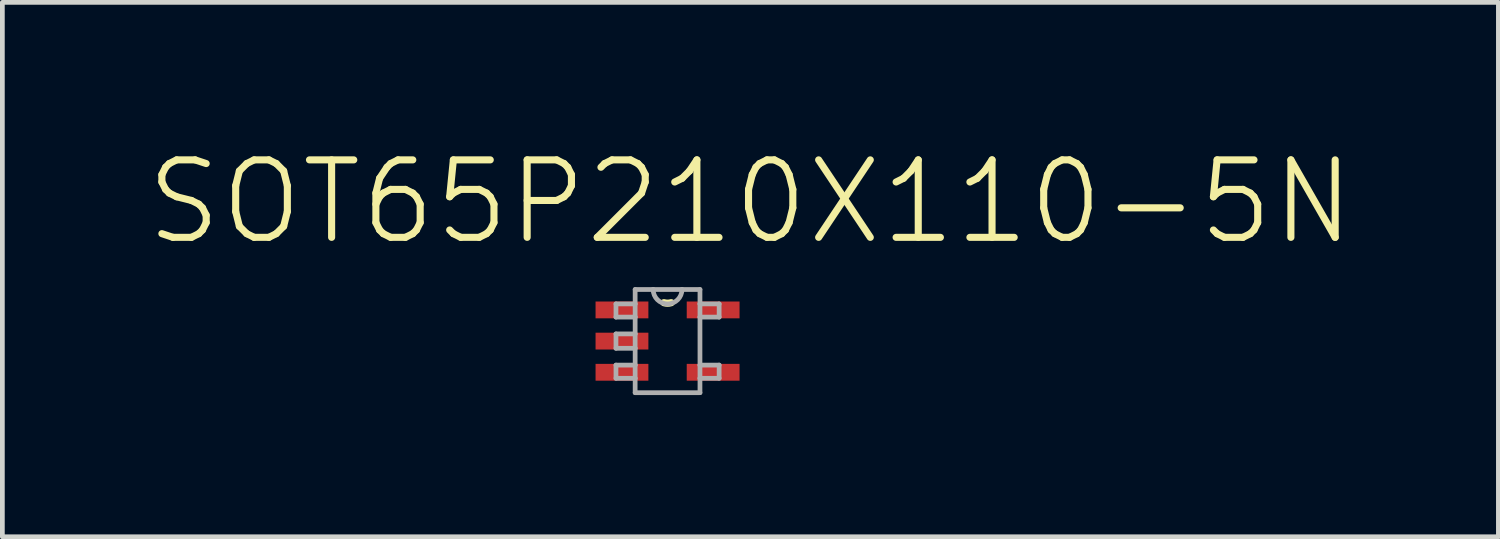
<source format=kicad_pcb>
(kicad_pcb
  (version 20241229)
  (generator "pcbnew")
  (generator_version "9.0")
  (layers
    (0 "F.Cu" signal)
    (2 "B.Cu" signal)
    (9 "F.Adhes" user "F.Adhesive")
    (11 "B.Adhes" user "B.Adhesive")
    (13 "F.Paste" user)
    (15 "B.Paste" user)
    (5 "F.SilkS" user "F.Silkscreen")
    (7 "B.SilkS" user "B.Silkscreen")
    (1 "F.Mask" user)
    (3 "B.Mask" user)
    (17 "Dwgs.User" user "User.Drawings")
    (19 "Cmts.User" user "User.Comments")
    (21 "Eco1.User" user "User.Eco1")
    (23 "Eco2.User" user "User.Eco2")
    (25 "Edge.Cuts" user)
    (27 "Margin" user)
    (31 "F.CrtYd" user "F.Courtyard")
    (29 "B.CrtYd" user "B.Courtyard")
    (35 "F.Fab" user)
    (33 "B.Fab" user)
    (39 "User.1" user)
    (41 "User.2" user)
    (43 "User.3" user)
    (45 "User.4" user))
  (footprint "SOT65P210X110-5N"
    (layer "F.Cu")
    (at 11.08 4.17)
    (property "Reference" "SOT65P210X110-5N" (at 1.753 -2.947 0) (layer "F.SilkS") (effects (font (size 1.64 1.64) (thickness 0.15))))
    (attr smd)
    (fp_arc (start 0.0762 -0.8128) (mid 0 -0.801752) (end -0.0762 -0.8128) (stroke (width 0.1524) (type solid)) (layer "F.SilkS"))
    (fp_line (start -1.092 -0.787) (end -1.092 -0.508) (stroke (width 0.1) (type solid)) (layer "F.Fab"))
    (fp_line (start -1.092 -0.508) (end -0.686 -0.508) (stroke (width 0.1) (type solid)) (layer "F.Fab"))
    (fp_line (start -1.092 -0.152) (end -1.092 0.152) (stroke (width 0.1) (type solid)) (layer "F.Fab"))
    (fp_line (start -1.092 0.152) (end -0.686 0.152) (stroke (width 0.1) (type solid)) (layer "F.Fab"))
    (fp_line (start -1.092 0.508) (end -1.092 0.787) (stroke (width 0.1) (type solid)) (layer "F.Fab"))
    (fp_line (start -1.092 0.787) (end -0.686 0.787) (stroke (width 0.1) (type solid)) (layer "F.Fab"))
    (fp_line (start -0.686 -1.092) (end -0.686 -0.787) (stroke (width 0.1) (type solid)) (layer "F.Fab"))
    (fp_line (start -0.686 -0.787) (end -1.092 -0.787) (stroke (width 0.1) (type solid)) (layer "F.Fab"))
    (fp_line (start -0.686 -0.787) (end -0.686 -0.508) (stroke (width 0.1) (type solid)) (layer "F.Fab"))
    (fp_line (start -0.686 -0.508) (end -0.686 -0.152) (stroke (width 0.1) (type solid)) (layer "F.Fab"))
    (fp_line (start -0.686 -0.152) (end -1.092 -0.152) (stroke (width 0.1) (type solid)) (layer "F.Fab"))
    (fp_line (start -0.686 -0.152) (end -0.686 0.152) (stroke (width 0.1) (type solid)) (layer "F.Fab"))
    (fp_line (start -0.686 0.152) (end -0.686 0.508) (stroke (width 0.1) (type solid)) (layer "F.Fab"))
    (fp_line (start -0.686 0.508) (end -1.092 0.508) (stroke (width 0.1) (type solid)) (layer "F.Fab"))
    (fp_line (start -0.686 0.508) (end -0.686 0.787) (stroke (width 0.1) (type solid)) (layer "F.Fab"))
    (fp_line (start -0.686 0.787) (end -0.686 1.092) (stroke (width 0.1) (type solid)) (layer "F.Fab"))
    (fp_line (start -0.686 1.092) (end 0.686 1.092) (stroke (width 0.1) (type solid)) (layer "F.Fab"))
    (fp_line (start -0.305 -1.092) (end -0.686 -1.092) (stroke (width 0.1) (type solid)) (layer "F.Fab"))
    (fp_line (start 0.305 -1.092) (end -0.305 -1.092) (stroke (width 0.1) (type solid)) (layer "F.Fab"))
    (fp_line (start 0.686 -1.092) (end 0.305 -1.092) (stroke (width 0.1) (type solid)) (layer "F.Fab"))
    (fp_line (start 0.686 -0.787) (end 0.686 -1.092) (stroke (width 0.1) (type solid)) (layer "F.Fab"))
    (fp_line (start 0.686 -0.508) (end 0.686 -0.787) (stroke (width 0.1) (type solid)) (layer "F.Fab"))
    (fp_line (start 0.686 -0.508) (end 1.092 -0.508) (stroke (width 0.1) (type solid)) (layer "F.Fab"))
    (fp_line (start 0.686 0.508) (end 0.686 -0.508) (stroke (width 0.1) (type solid)) (layer "F.Fab"))
    (fp_line (start 0.686 0.787) (end 0.686 0.508) (stroke (width 0.1) (type solid)) (layer "F.Fab"))
    (fp_line (start 0.686 0.787) (end 1.092 0.787) (stroke (width 0.1) (type solid)) (layer "F.Fab"))
    (fp_line (start 0.686 1.092) (end 0.686 0.787) (stroke (width 0.1) (type solid)) (layer "F.Fab"))
    (fp_line (start 1.092 -0.787) (end 0.686 -0.787) (stroke (width 0.1) (type solid)) (layer "F.Fab"))
    (fp_line (start 1.092 -0.508) (end 1.092 -0.787) (stroke (width 0.1) (type solid)) (layer "F.Fab"))
    (fp_line (start 1.092 0.508) (end 0.686 0.508) (stroke (width 0.1) (type solid)) (layer "F.Fab"))
    (fp_line (start 1.092 0.787) (end 1.092 0.508) (stroke (width 0.1) (type solid)) (layer "F.Fab"))
    (fp_arc (start 0.3048 -1.0922) (mid 0 -0.7874) (end -0.3048 -1.0922) (stroke (width 0.1) (type solid)) (layer "F.Fab"))
    (pad "1" smd rect (at -0.965 -0.66) (size 1.118 0.356) (layers "F.Cu" "F.Mask" "F.Paste"))
    (pad "2" smd rect (at -0.965 0) (size 1.118 0.356) (layers "F.Cu" "F.Mask" "F.Paste"))
    (pad "3" smd rect (at -0.965 0.66) (size 1.118 0.356) (layers "F.Cu" "F.Mask" "F.Paste"))
    (pad "4" smd rect (at 0.965 0.66) (size 1.118 0.356) (layers "F.Cu" "F.Mask" "F.Paste"))
    (pad "5" smd rect (at 0.965 -0.66) (size 1.118 0.356) (layers "F.Cu" "F.Mask" "F.Paste")))
  (gr_rect
    (start -3 -3)
    (end 28.666 8.312)
    (stroke (width 0.1) (type default))
    (fill no)
    (layer "Edge.Cuts")))
</source>
